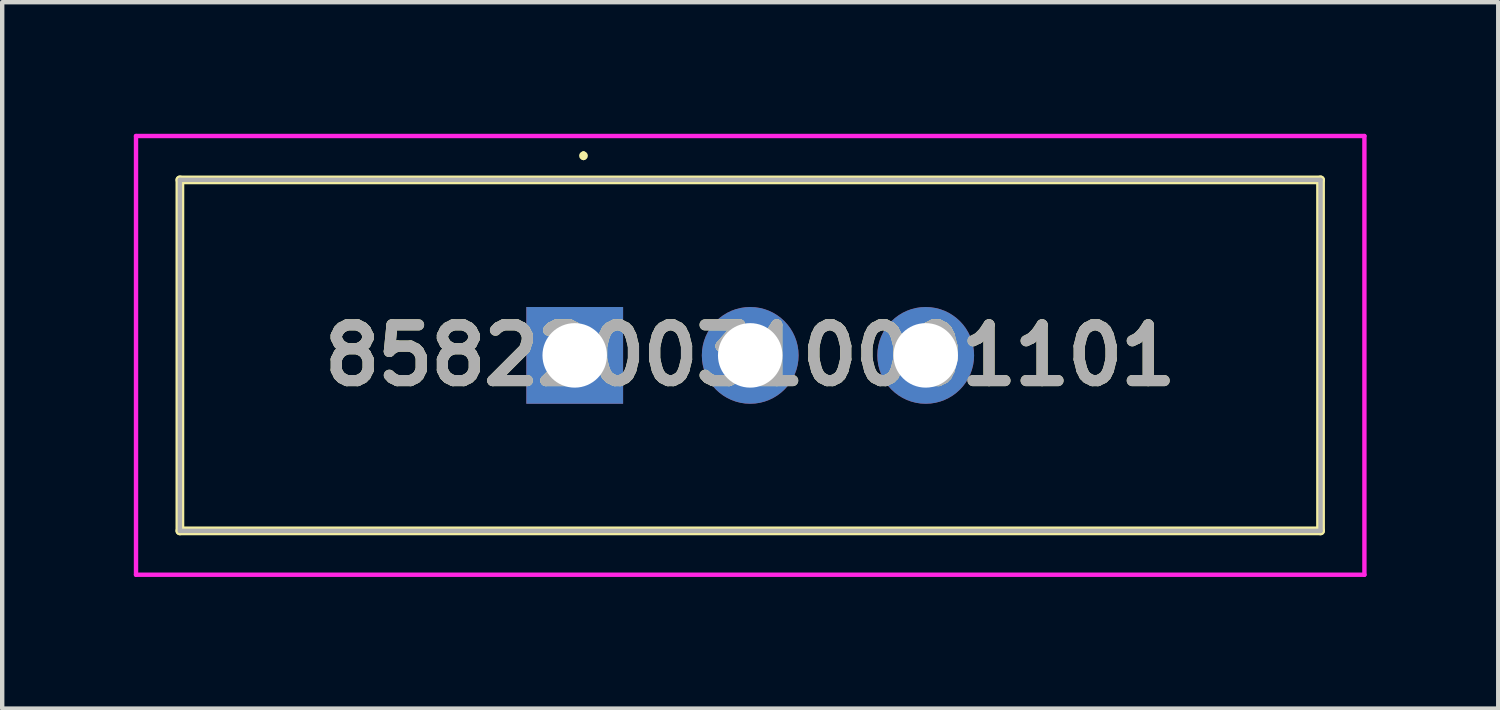
<source format=kicad_pcb>
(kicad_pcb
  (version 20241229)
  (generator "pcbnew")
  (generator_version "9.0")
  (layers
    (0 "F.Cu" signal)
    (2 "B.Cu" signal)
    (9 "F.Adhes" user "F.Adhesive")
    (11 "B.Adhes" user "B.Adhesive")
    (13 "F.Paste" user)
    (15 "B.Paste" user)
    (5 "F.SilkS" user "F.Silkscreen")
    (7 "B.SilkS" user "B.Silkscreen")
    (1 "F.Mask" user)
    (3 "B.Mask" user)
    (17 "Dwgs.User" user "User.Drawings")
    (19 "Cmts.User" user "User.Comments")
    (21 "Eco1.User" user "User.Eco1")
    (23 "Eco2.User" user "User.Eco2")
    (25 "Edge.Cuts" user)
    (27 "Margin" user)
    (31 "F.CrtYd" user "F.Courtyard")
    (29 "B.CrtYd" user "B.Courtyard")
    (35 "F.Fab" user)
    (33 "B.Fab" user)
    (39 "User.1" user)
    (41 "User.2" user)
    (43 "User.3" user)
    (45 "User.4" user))
  (footprint "8582200310001101"
    (layer "F.Cu")
    (at 10.049 5.05)
    (property "Reference" "8582200310001101" (at 4 0 0) (layer "F.SilkS") (effects (font (size 1.27 1.27) (thickness 0.254))))
    (attr through_hole)
    (fp_line (start -8.999 -4) (end 16.999 -4) (stroke (width 0.2) (type solid)) (layer "F.SilkS"))
    (fp_line (start -8.999 4) (end -8.999 -4) (stroke (width 0.2) (type solid)) (layer "F.SilkS"))
    (fp_line (start 0.2 -4.6) (end 0.2 -4.6) (stroke (width 0.1) (type solid)) (layer "F.SilkS"))
    (fp_line (start 0.2 -4.5) (end 0.2 -4.5) (stroke (width 0.1) (type solid)) (layer "F.SilkS"))
    (fp_line (start 16.999 -4) (end 16.999 4) (stroke (width 0.2) (type solid)) (layer "F.SilkS"))
    (fp_line (start 16.999 4) (end -8.999 4) (stroke (width 0.2) (type solid)) (layer "F.SilkS"))
    (fp_arc (start 0.2 -4.6) (mid 0.25 -4.55) (end 0.2 -4.5) (stroke (width 0.1) (type solid)) (layer "F.SilkS"))
    (fp_arc (start 0.2 -4.5) (mid 0.15 -4.55) (end 0.2 -4.6) (stroke (width 0.1) (type solid)) (layer "F.SilkS"))
    (fp_line (start -9.999 -5) (end 17.999 -5) (stroke (width 0.1) (type solid)) (layer "F.CrtYd"))
    (fp_line (start -9.999 5) (end -9.999 -5) (stroke (width 0.1) (type solid)) (layer "F.CrtYd"))
    (fp_line (start 17.999 -5) (end 17.999 5) (stroke (width 0.1) (type solid)) (layer "F.CrtYd"))
    (fp_line (start 17.999 5) (end -9.999 5) (stroke (width 0.1) (type solid)) (layer "F.CrtYd"))
    (fp_line (start -8.999 -4) (end 16.999 -4) (stroke (width 0.1) (type solid)) (layer "F.Fab"))
    (fp_line (start -8.999 4) (end -8.999 -4) (stroke (width 0.1) (type solid)) (layer "F.Fab"))
    (fp_line (start 16.999 -4) (end 16.999 4) (stroke (width 0.1) (type solid)) (layer "F.Fab"))
    (fp_line (start 16.999 4) (end -8.999 4) (stroke (width 0.1) (type solid)) (layer "F.Fab"))
    (fp_text user "${REFERENCE}" (at 4 0 0) (layer "F.Fab") (effects (font (size 1.27 1.27) (thickness 0.254))))
    (pad "1" thru_hole rect (at 0 0) (size 2.205 2.205) (drill 1.47) (layers "*.Cu" "*.Mask"))
    (pad "2" thru_hole circle (at 4 0) (size 2.205 2.205) (drill 1.47) (layers "*.Cu" "*.Mask"))
    (pad "3" thru_hole circle (at 8 0) (size 2.205 2.205) (drill 1.47) (layers "*.Cu" "*.Mask")))
  (gr_rect
    (start -3 -3)
    (end 31.098 13.1)
    (stroke (width 0.1) (type default))
    (fill no)
    (layer "Edge.Cuts")))
</source>
